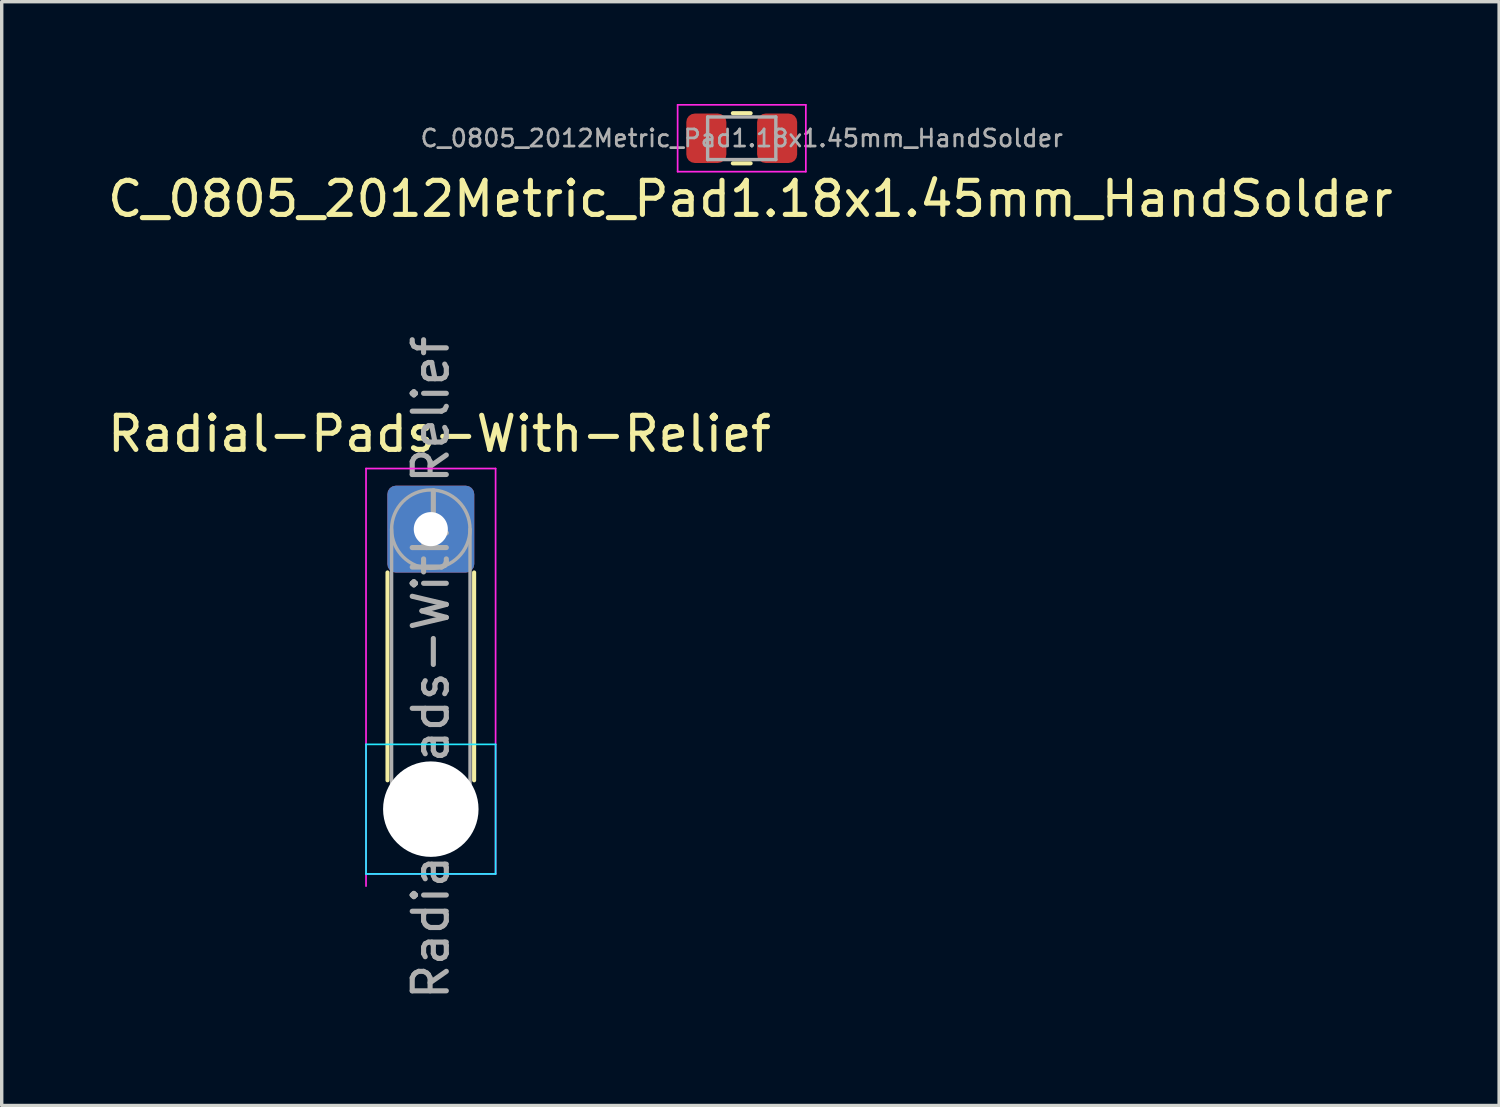
<source format=kicad_pcb>
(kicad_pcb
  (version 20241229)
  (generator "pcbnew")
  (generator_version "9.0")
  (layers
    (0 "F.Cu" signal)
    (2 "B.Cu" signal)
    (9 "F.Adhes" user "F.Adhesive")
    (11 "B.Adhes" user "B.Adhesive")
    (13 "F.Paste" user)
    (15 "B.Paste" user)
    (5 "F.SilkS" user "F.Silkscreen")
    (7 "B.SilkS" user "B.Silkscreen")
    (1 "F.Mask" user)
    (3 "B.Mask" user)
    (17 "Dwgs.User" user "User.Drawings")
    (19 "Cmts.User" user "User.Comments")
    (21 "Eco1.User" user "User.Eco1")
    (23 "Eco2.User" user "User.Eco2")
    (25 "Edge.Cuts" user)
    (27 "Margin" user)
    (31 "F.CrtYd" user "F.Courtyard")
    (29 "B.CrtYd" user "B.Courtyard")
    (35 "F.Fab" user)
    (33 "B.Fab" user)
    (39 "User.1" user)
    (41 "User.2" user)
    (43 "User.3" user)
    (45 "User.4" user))
  (footprint "Radial-Pads-With-Relief"
    (layer "F.Cu")
    (at 9.585 6.881)
    (property "Reference" "Radial-Pads-With-Relief" (at 0.254 2.794 0) (layer "F.SilkS") (effects (font (size 1 1) (thickness 0.15))))
    (attr exclude_from_pos_files exclude_from_bom)
    (fp_line (start -1.27 6.858) (end -1.27 12.954) (stroke (width 0.12) (type solid)) (layer "F.SilkS"))
    (fp_line (start 1.27 6.858) (end 1.27 12.954) (stroke (width 0.12) (type solid)) (layer "F.SilkS"))
    (fp_line (start -1.9 11.9) (end -1.9 15.7) (stroke (width 0.05) (type solid)) (layer "B.CrtYd"))
    (fp_line (start -1.9 15.7) (end 1.9 15.7) (stroke (width 0.05) (type solid)) (layer "B.CrtYd"))
    (fp_line (start 1.9 11.9) (end -1.9 11.9) (stroke (width 0.05) (type solid)) (layer "B.CrtYd"))
    (fp_line (start 1.9 15.7) (end 1.9 11.9) (stroke (width 0.05) (type solid)) (layer "B.CrtYd"))
    (fp_line (start -1.9 3.81) (end -1.9 16.057) (stroke (width 0.05) (type solid)) (layer "F.CrtYd"))
    (fp_line (start -1.9 15.7) (end 1.9 15.7) (stroke (width 0.05) (type solid)) (layer "F.CrtYd"))
    (fp_line (start 1.9 3.81) (end -1.9 3.81) (stroke (width 0.05) (type solid)) (layer "F.CrtYd"))
    (fp_line (start 1.9 15.7) (end 1.9 3.81) (stroke (width 0.05) (type solid)) (layer "F.CrtYd"))
    (fp_line (start -1.15 5.588) (end -1.15 13.8) (stroke (width 0.1) (type solid)) (layer "F.Fab"))
    (fp_line (start 1.15 5.588) (end 1.15 13.8) (stroke (width 0.1) (type solid)) (layer "F.Fab"))
    (fp_circle (center 0 5.588) (end 1.15 5.588) (stroke (width 0.1) (type solid)) (fill no) (layer "F.Fab"))
    (fp_circle (center 0 13.8) (end 1.15 13.8) (stroke (width 0.1) (type solid)) (fill no) (layer "F.Fab"))
    (fp_text user "${REFERENCE}" (at 0 9.652 90) (layer "F.Fab") (effects (font (size 1 1) (thickness 0.15))))
    (pad "" np_thru_hole circle (at 0 13.8) (size 2.8 2.8) (drill 2.8) (layers "*.Cu" "*.Mask"))
    (pad "1" thru_hole roundrect (at 0 5.588) (size 2.55 2.55) (drill 1) (layers "*.Cu" "*.Mask") (roundrect_rratio 0.098)))
  (footprint "C_0805_2012Metric_Pad1.18x1.45mm_HandSolder"
    (layer "F.Cu")
    (at 18.704 1.005)
    (property "Reference" "C_0805_2012Metric_Pad1.18x1.45mm_HandSolder" (at 0.254 1.778 0) (layer "F.SilkS") (effects (font (size 1 1) (thickness 0.15))))
    (attr smd)
    (fp_line (start -0.261 -0.735) (end 0.261 -0.735) (stroke (width 0.12) (type solid)) (layer "F.SilkS"))
    (fp_line (start -0.261 0.735) (end 0.261 0.735) (stroke (width 0.12) (type solid)) (layer "F.SilkS"))
    (fp_line (start -1.88 -0.98) (end 1.88 -0.98) (stroke (width 0.05) (type solid)) (layer "F.CrtYd"))
    (fp_line (start -1.88 0.98) (end -1.88 -0.98) (stroke (width 0.05) (type solid)) (layer "F.CrtYd"))
    (fp_line (start 1.88 -0.98) (end 1.88 0.98) (stroke (width 0.05) (type solid)) (layer "F.CrtYd"))
    (fp_line (start 1.88 0.98) (end -1.88 0.98) (stroke (width 0.05) (type solid)) (layer "F.CrtYd"))
    (fp_line (start -1 -0.625) (end 1 -0.625) (stroke (width 0.1) (type solid)) (layer "F.Fab"))
    (fp_line (start -1 0.625) (end -1 -0.625) (stroke (width 0.1) (type solid)) (layer "F.Fab"))
    (fp_line (start 1 -0.625) (end 1 0.625) (stroke (width 0.1) (type solid)) (layer "F.Fab"))
    (fp_line (start 1 0.625) (end -1 0.625) (stroke (width 0.1) (type solid)) (layer "F.Fab"))
    (fp_text user "${REFERENCE}" (at 0 0 0) (layer "F.Fab") (effects (font (size 0.5 0.5) (thickness 0.08))))
    (pad "1" smd roundrect (at -1.038 0) (size 1.175 1.45) (layers "F.Cu" "F.Mask" "F.Paste") (roundrect_rratio 0.213))
    (pad "2" smd roundrect (at 1.038 0) (size 1.175 1.45) (layers "F.Cu" "F.Mask" "F.Paste") (roundrect_rratio 0.213)))
  (gr_rect
    (start -3 -3)
    (end 40.917 29.373)
    (stroke (width 0.1) (type default))
    (fill no)
    (layer "Edge.Cuts")))
</source>
